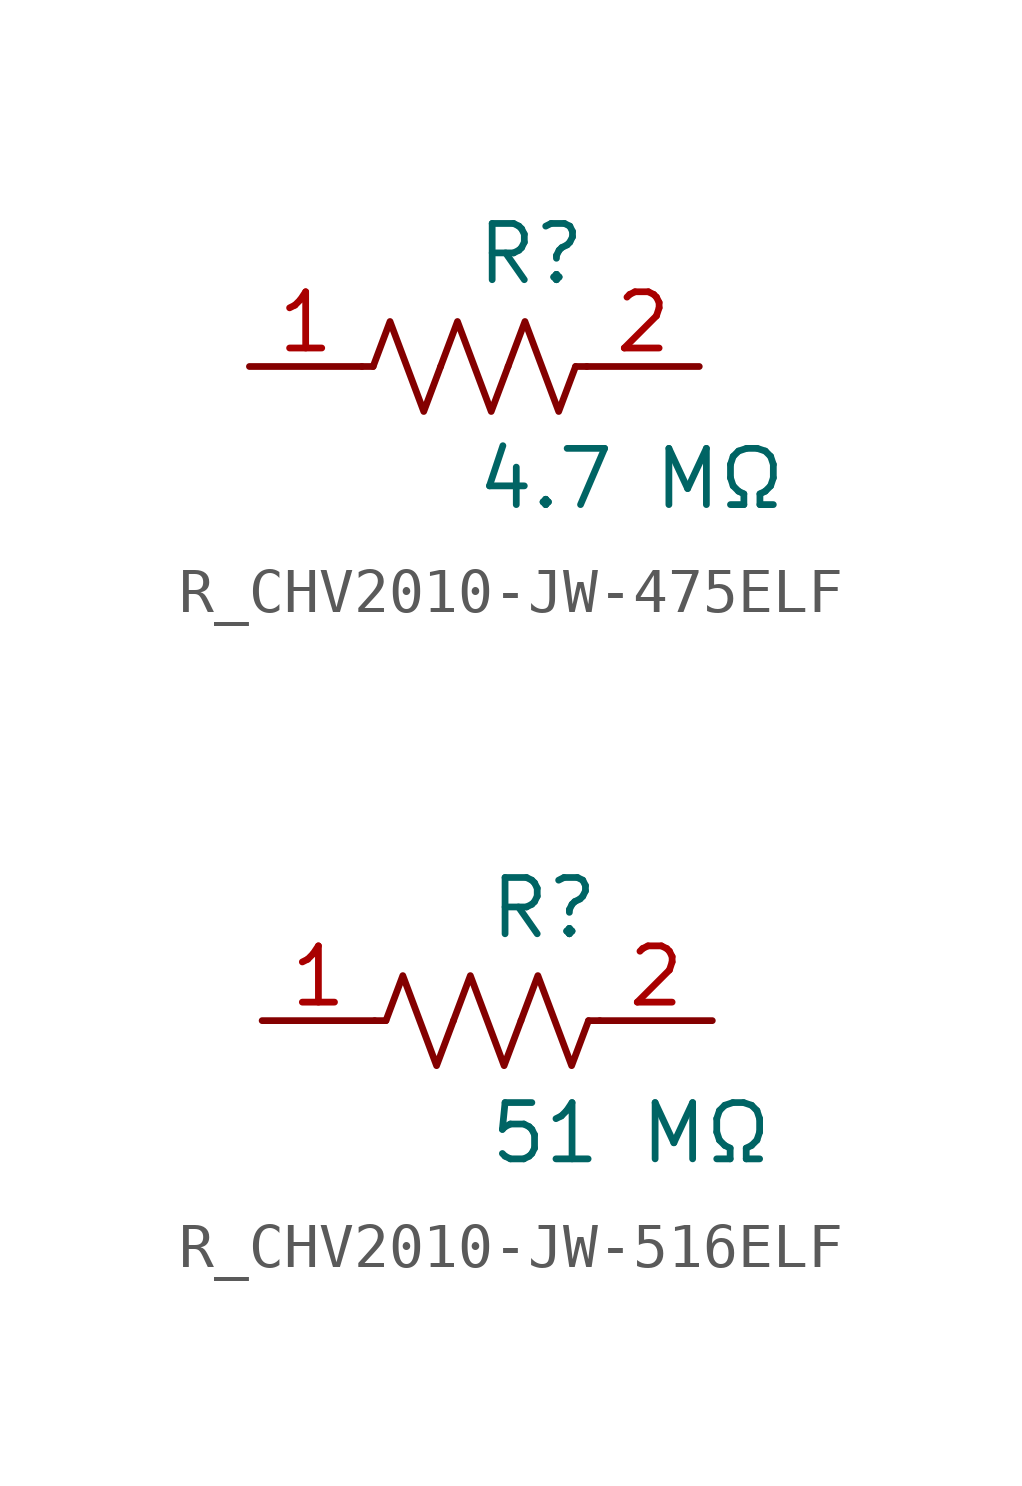
<source format=kicad_sym>
(kicad_symbol_lib
  (version 20231120)
  (generator kicad_symbol_editor)
  (generator_version 8.0)
  (symbol "R_CHV2010-JW-475ELF"
    (pin_names
      (offset 0.254))
    (property "Reference" "R"
      (at 0 2.54 0)
      (effects (font (size 1.27 1.27)) (justify left)))
    (property "Value" "4.7 MΩ"
      (at 0 -2.54 0)
      (effects (font (size 1.27 1.27)) (justify left)))
    (symbol "R_CHV2010-JW-475ELF_0_1"
      (polyline (pts (xy 2.286 0) (xy 2.54 0)) (stroke (width 0) (type default)) (fill (type none)))
      (polyline (pts (xy -2.286 0) (xy -2.54 0)) (stroke (width 0) (type default)) (fill (type none)))
      (polyline (pts (xy 0.762 0) (xy 1.143 1.016) (xy 1.524 0) (xy 1.905 -1.016) (xy 2.286 0)) (stroke (width 0) (type default)) (fill (type none)))
      (polyline (pts (xy -0.762 0) (xy -0.381 1.016) (xy 0 0) (xy 0.381 -1.016) (xy 0.762 0)) (stroke (width 0) (type default)) (fill (type none)))
      (polyline (pts (xy -2.286 0) (xy -1.905 1.016) (xy -1.524 0) (xy -1.143 -1.016) (xy -0.762 0)) (stroke (width 0) (type default)) (fill (type none))))
    (pin unspecified line
      (at -5.08 0 0)
      (length 2.54)
      (name "" (effects (font (size 1.27 1.27))))
      (number "1" (effects (font (size 1.27 1.27)))))
    (pin unspecified line
      (at 5.08 0 180)
      (length 2.54)
      (name "" (effects (font (size 1.27 1.27))))
      (number "2" (effects (font (size 1.27 1.27))))))
  (symbol "R_CHV2010-JW-516ELF"
    (pin_names
      (offset 0.254))
    (property "Reference" "R"
      (at 0 2.54 0)
      (effects (font (size 1.27 1.27)) (justify left)))
    (property "Value" "51 MΩ"
      (at 0 -2.54 0)
      (effects (font (size 1.27 1.27)) (justify left)))
    (symbol "R_CHV2010-JW-516ELF_0_1"
      (polyline (pts (xy 2.286 0) (xy 2.54 0)) (stroke (width 0) (type default)) (fill (type none)))
      (polyline (pts (xy -2.286 0) (xy -2.54 0)) (stroke (width 0) (type default)) (fill (type none)))
      (polyline (pts (xy 0.762 0) (xy 1.143 1.016) (xy 1.524 0) (xy 1.905 -1.016) (xy 2.286 0)) (stroke (width 0) (type default)) (fill (type none)))
      (polyline (pts (xy -0.762 0) (xy -0.381 1.016) (xy 0 0) (xy 0.381 -1.016) (xy 0.762 0)) (stroke (width 0) (type default)) (fill (type none)))
      (polyline (pts (xy -2.286 0) (xy -1.905 1.016) (xy -1.524 0) (xy -1.143 -1.016) (xy -0.762 0)) (stroke (width 0) (type default)) (fill (type none))))
    (pin unspecified line
      (at -5.08 0 0)
      (length 2.54)
      (name "" (effects (font (size 1.27 1.27))))
      (number "1" (effects (font (size 1.27 1.27)))))
    (pin unspecified line
      (at 5.08 0 180)
      (length 2.54)
      (name "" (effects (font (size 1.27 1.27))))
      (number "2" (effects (font (size 1.27 1.27)))))))
</source>
